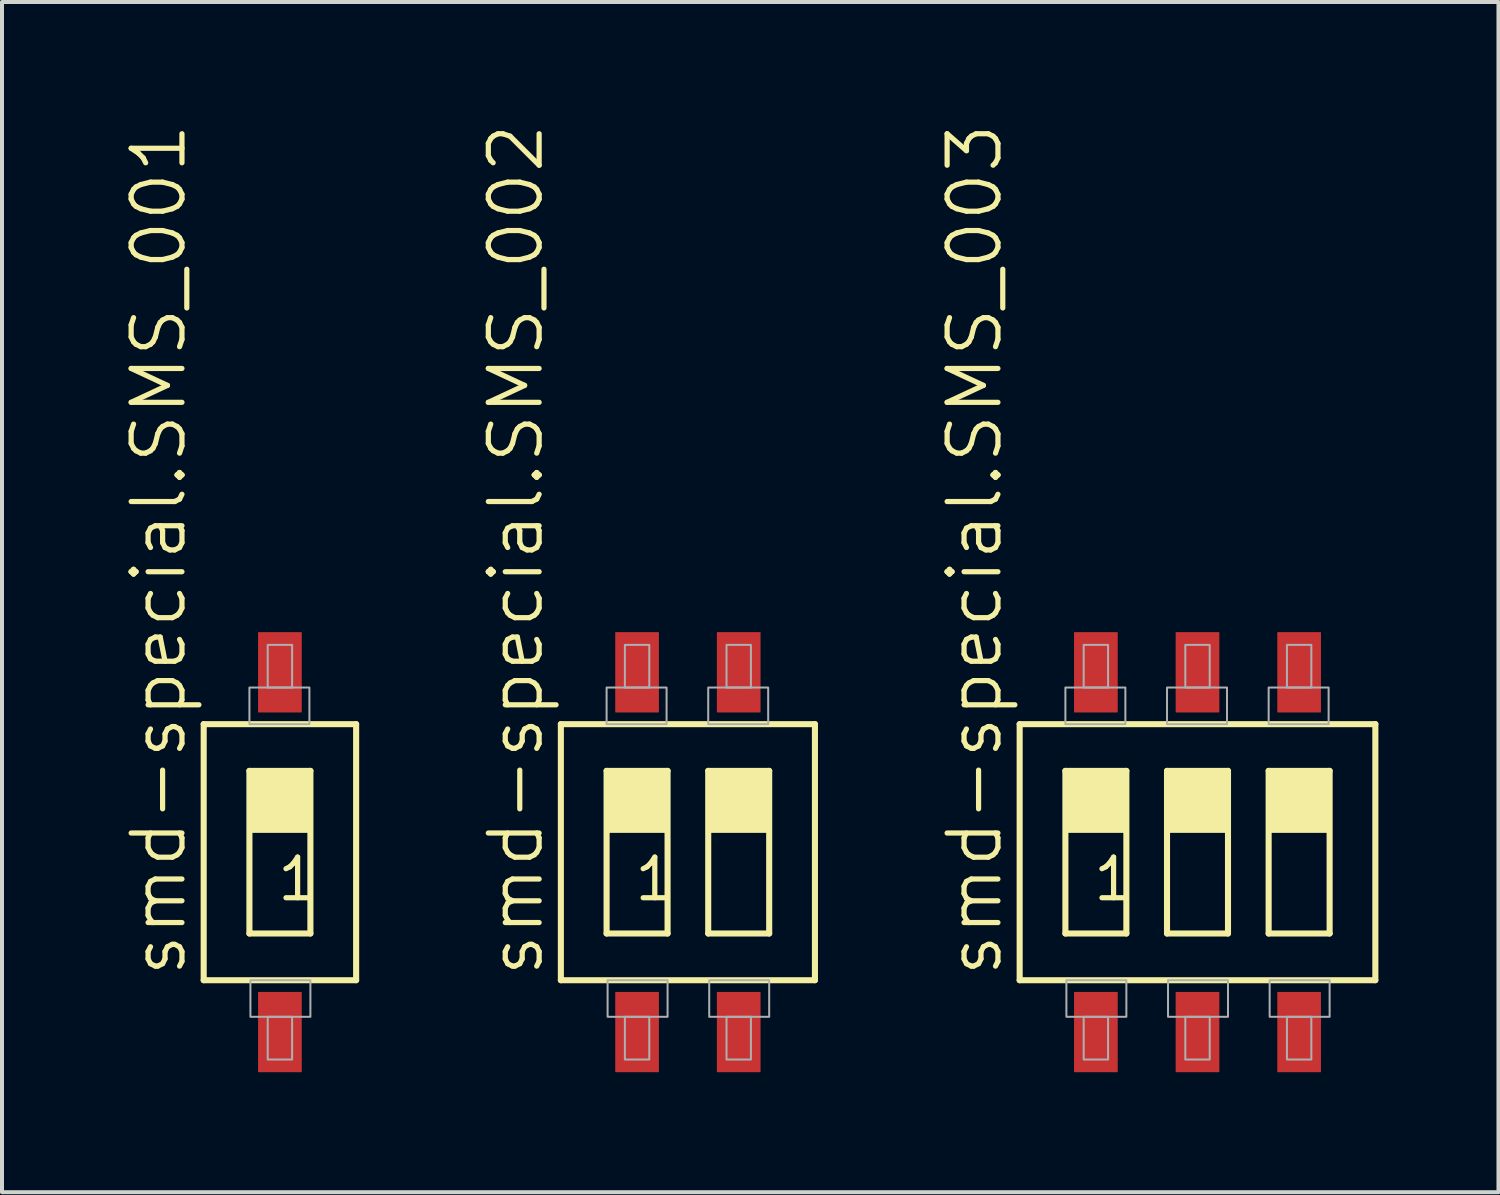
<source format=kicad_pcb>
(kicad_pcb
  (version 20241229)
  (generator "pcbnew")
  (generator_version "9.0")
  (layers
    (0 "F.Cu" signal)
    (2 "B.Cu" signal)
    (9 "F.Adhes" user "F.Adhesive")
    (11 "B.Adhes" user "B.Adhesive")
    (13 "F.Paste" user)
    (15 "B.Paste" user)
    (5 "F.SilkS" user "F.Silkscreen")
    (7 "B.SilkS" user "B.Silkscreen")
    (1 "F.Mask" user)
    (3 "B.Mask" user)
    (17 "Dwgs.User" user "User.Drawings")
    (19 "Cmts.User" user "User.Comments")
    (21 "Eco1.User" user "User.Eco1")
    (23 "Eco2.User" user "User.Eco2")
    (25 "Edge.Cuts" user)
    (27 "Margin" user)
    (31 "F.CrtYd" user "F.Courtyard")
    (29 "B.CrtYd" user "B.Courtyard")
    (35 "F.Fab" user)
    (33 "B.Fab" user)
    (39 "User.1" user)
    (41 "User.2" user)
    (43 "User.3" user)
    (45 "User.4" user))
  (footprint "smd-special.SMS_002"
    (layer "F.Cu")
    (at 14.143 18.249)
    (property "Reference" "smd-special.SMS_002" (at -3.556 3.175 90) (layer "F.SilkS") (effects (font (size 1.27 1.27) (thickness 0.13)) (justify left bottom)))
    (attr smd)
    (fp_line (start -3.175 3.2) (end -3.175 -3.2) (stroke (width 0.152) (type default)) (layer "F.SilkS"))
    (fp_line (start -3.175 3.2) (end 3.175 3.2) (stroke (width 0.152) (type default)) (layer "F.SilkS"))
    (fp_line (start -2.032 -2.032) (end -0.508 -2.032) (stroke (width 0.152) (type default)) (layer "F.SilkS"))
    (fp_line (start -2.032 2.032) (end -2.032 -2.032) (stroke (width 0.152) (type default)) (layer "F.SilkS"))
    (fp_line (start -0.508 -2.032) (end -0.508 2.032) (stroke (width 0.152) (type default)) (layer "F.SilkS"))
    (fp_line (start -0.508 2.032) (end -2.032 2.032) (stroke (width 0.152) (type default)) (layer "F.SilkS"))
    (fp_line (start 0.508 -2.032) (end 2.032 -2.032) (stroke (width 0.152) (type default)) (layer "F.SilkS"))
    (fp_line (start 0.508 2.032) (end 0.508 -2.032) (stroke (width 0.152) (type default)) (layer "F.SilkS"))
    (fp_line (start 2.032 -2.032) (end 2.032 2.032) (stroke (width 0.152) (type default)) (layer "F.SilkS"))
    (fp_line (start 2.032 2.032) (end 0.508 2.032) (stroke (width 0.152) (type default)) (layer "F.SilkS"))
    (fp_line (start 3.175 -3.2) (end -3.175 -3.2) (stroke (width 0.152) (type default)) (layer "F.SilkS"))
    (fp_line (start 3.175 -3.2) (end 3.175 3.2) (stroke (width 0.152) (type default)) (layer "F.SilkS"))
    (fp_rect (start -2.032 -0.508) (end -0.508 -2.032) (stroke (width 0.05) (type default)) (fill yes) (layer "F.SilkS"))
    (fp_rect (start 0.508 -0.508) (end 2.032 -2.032) (stroke (width 0.05) (type default)) (fill yes) (layer "F.SilkS"))
    (fp_rect (start -2.032 -3.2) (end -0.533 -4.115) (stroke (width 0.05) (type default)) (fill no) (layer "F.Fab"))
    (fp_rect (start -2.007 4.115) (end -0.508 3.2) (stroke (width 0.05) (type default)) (fill no) (layer "F.Fab"))
    (fp_rect (start -1.575 -4.115) (end -0.965 -5.182) (stroke (width 0.05) (type default)) (fill no) (layer "F.Fab"))
    (fp_rect (start -1.575 5.182) (end -0.965 4.115) (stroke (width 0.05) (type default)) (fill no) (layer "F.Fab"))
    (fp_rect (start 0.508 -3.2) (end 2.007 -4.115) (stroke (width 0.05) (type default)) (fill no) (layer "F.Fab"))
    (fp_rect (start 0.533 4.115) (end 2.032 3.2) (stroke (width 0.05) (type default)) (fill no) (layer "F.Fab"))
    (fp_rect (start 0.965 -4.115) (end 1.575 -5.182) (stroke (width 0.05) (type default)) (fill no) (layer "F.Fab"))
    (fp_rect (start 0.965 5.182) (end 1.575 4.115) (stroke (width 0.05) (type default)) (fill no) (layer "F.Fab"))
    (fp_text user "1" (at -1.397 1.27 0) (layer "F.SilkS") (effects (font (size 1.016 1.016) (thickness 0.13)) (justify left bottom)))
    (pad "1" smd roundrect (at -1.27 4.496) (size 1.092 2.007) (layers "F.Cu" "F.Mask" "F.Paste") (roundrect_rratio 0.01))
    (pad "2" smd roundrect (at 1.27 4.496) (size 1.092 2.007) (layers "F.Cu" "F.Mask" "F.Paste") (roundrect_rratio 0.01))
    (pad "3" smd roundrect (at 1.27 -4.496) (size 1.092 2.007) (layers "F.Cu" "F.Mask" "F.Paste") (roundrect_rratio 0.01))
    (pad "4" smd roundrect (at -1.27 -4.496) (size 1.092 2.007) (layers "F.Cu" "F.Mask" "F.Paste") (roundrect_rratio 0.01)))
  (footprint "smd-special.SMS_003"
    (layer "F.Cu")
    (at 26.88 18.249)
    (property "Reference" "smd-special.SMS_003" (at -4.826 3.175 90) (layer "F.SilkS") (effects (font (size 1.27 1.27) (thickness 0.13)) (justify left bottom)))
    (attr smd)
    (fp_line (start -4.445 3.2) (end -4.445 -3.2) (stroke (width 0.152) (type default)) (layer "F.SilkS"))
    (fp_line (start -4.445 3.2) (end 4.445 3.2) (stroke (width 0.152) (type default)) (layer "F.SilkS"))
    (fp_line (start -3.302 -2.032) (end -1.778 -2.032) (stroke (width 0.152) (type default)) (layer "F.SilkS"))
    (fp_line (start -3.302 2.032) (end -3.302 -2.032) (stroke (width 0.152) (type default)) (layer "F.SilkS"))
    (fp_line (start -1.778 -2.032) (end -1.778 2.032) (stroke (width 0.152) (type default)) (layer "F.SilkS"))
    (fp_line (start -1.778 2.032) (end -3.302 2.032) (stroke (width 0.152) (type default)) (layer "F.SilkS"))
    (fp_line (start -0.762 -2.032) (end 0.762 -2.032) (stroke (width 0.152) (type default)) (layer "F.SilkS"))
    (fp_line (start -0.762 2.032) (end -0.762 -2.032) (stroke (width 0.152) (type default)) (layer "F.SilkS"))
    (fp_line (start 0.762 -2.032) (end 0.762 2.032) (stroke (width 0.152) (type default)) (layer "F.SilkS"))
    (fp_line (start 0.762 2.032) (end -0.762 2.032) (stroke (width 0.152) (type default)) (layer "F.SilkS"))
    (fp_line (start 1.778 -2.032) (end 3.302 -2.032) (stroke (width 0.152) (type default)) (layer "F.SilkS"))
    (fp_line (start 1.778 2.032) (end 1.778 -2.032) (stroke (width 0.152) (type default)) (layer "F.SilkS"))
    (fp_line (start 3.302 -2.032) (end 3.302 2.032) (stroke (width 0.152) (type default)) (layer "F.SilkS"))
    (fp_line (start 3.302 2.032) (end 1.778 2.032) (stroke (width 0.152) (type default)) (layer "F.SilkS"))
    (fp_line (start 4.445 -3.2) (end -4.445 -3.2) (stroke (width 0.152) (type default)) (layer "F.SilkS"))
    (fp_line (start 4.445 -3.2) (end 4.445 3.2) (stroke (width 0.152) (type default)) (layer "F.SilkS"))
    (fp_rect (start -3.302 -0.508) (end -1.778 -2.032) (stroke (width 0.05) (type default)) (fill yes) (layer "F.SilkS"))
    (fp_rect (start -0.762 -0.508) (end 0.762 -2.032) (stroke (width 0.05) (type default)) (fill yes) (layer "F.SilkS"))
    (fp_rect (start 1.778 -0.508) (end 3.302 -2.032) (stroke (width 0.05) (type default)) (fill yes) (layer "F.SilkS"))
    (fp_rect (start -3.302 -3.2) (end -1.803 -4.115) (stroke (width 0.05) (type default)) (fill no) (layer "F.Fab"))
    (fp_rect (start -3.277 4.115) (end -1.778 3.2) (stroke (width 0.05) (type default)) (fill no) (layer "F.Fab"))
    (fp_rect (start -2.845 -4.115) (end -2.235 -5.182) (stroke (width 0.05) (type default)) (fill no) (layer "F.Fab"))
    (fp_rect (start -2.845 5.182) (end -2.235 4.115) (stroke (width 0.05) (type default)) (fill no) (layer "F.Fab"))
    (fp_rect (start -0.762 -3.2) (end 0.737 -4.115) (stroke (width 0.05) (type default)) (fill no) (layer "F.Fab"))
    (fp_rect (start -0.737 4.115) (end 0.762 3.2) (stroke (width 0.05) (type default)) (fill no) (layer "F.Fab"))
    (fp_rect (start -0.305 -4.115) (end 0.305 -5.182) (stroke (width 0.05) (type default)) (fill no) (layer "F.Fab"))
    (fp_rect (start -0.305 5.182) (end 0.305 4.115) (stroke (width 0.05) (type default)) (fill no) (layer "F.Fab"))
    (fp_rect (start 1.778 -3.2) (end 3.277 -4.115) (stroke (width 0.05) (type default)) (fill no) (layer "F.Fab"))
    (fp_rect (start 1.803 4.115) (end 3.302 3.2) (stroke (width 0.05) (type default)) (fill no) (layer "F.Fab"))
    (fp_rect (start 2.235 -4.115) (end 2.845 -5.182) (stroke (width 0.05) (type default)) (fill no) (layer "F.Fab"))
    (fp_rect (start 2.235 5.182) (end 2.845 4.115) (stroke (width 0.05) (type default)) (fill no) (layer "F.Fab"))
    (fp_text user "1" (at -2.667 1.27 0) (layer "F.SilkS") (effects (font (size 1.016 1.016) (thickness 0.13)) (justify left bottom)))
    (pad "1" smd roundrect (at -2.54 4.496) (size 1.092 2.007) (layers "F.Cu" "F.Mask" "F.Paste") (roundrect_rratio 0.01))
    (pad "2" smd roundrect (at 0 4.496) (size 1.092 2.007) (layers "F.Cu" "F.Mask" "F.Paste") (roundrect_rratio 0.01))
    (pad "3" smd roundrect (at 2.54 4.496) (size 1.092 2.007) (layers "F.Cu" "F.Mask" "F.Paste") (roundrect_rratio 0.01))
    (pad "4" smd roundrect (at 2.54 -4.496) (size 1.092 2.007) (layers "F.Cu" "F.Mask" "F.Paste") (roundrect_rratio 0.01))
    (pad "5" smd roundrect (at 0 -4.496) (size 1.092 2.007) (layers "F.Cu" "F.Mask" "F.Paste") (roundrect_rratio 0.01))
    (pad "6" smd roundrect (at -2.54 -4.496) (size 1.092 2.007) (layers "F.Cu" "F.Mask" "F.Paste") (roundrect_rratio 0.01)))
  (footprint "smd-special.SMS_001"
    (layer "F.Cu")
    (at 3.946 18.249)
    (property "Reference" "smd-special.SMS_001" (at -2.286 3.175 90) (layer "F.SilkS") (effects (font (size 1.27 1.27) (thickness 0.13)) (justify left bottom)))
    (attr smd)
    (fp_line (start -1.905 3.2) (end -1.905 -3.2) (stroke (width 0.152) (type default)) (layer "F.SilkS"))
    (fp_line (start -1.905 3.2) (end 1.905 3.2) (stroke (width 0.152) (type default)) (layer "F.SilkS"))
    (fp_line (start -0.762 -2.032) (end 0.762 -2.032) (stroke (width 0.152) (type default)) (layer "F.SilkS"))
    (fp_line (start -0.762 2.032) (end -0.762 -2.032) (stroke (width 0.152) (type default)) (layer "F.SilkS"))
    (fp_line (start 0.762 -2.032) (end 0.762 2.032) (stroke (width 0.152) (type default)) (layer "F.SilkS"))
    (fp_line (start 0.762 2.032) (end -0.762 2.032) (stroke (width 0.152) (type default)) (layer "F.SilkS"))
    (fp_line (start 1.905 -3.2) (end -1.905 -3.2) (stroke (width 0.152) (type default)) (layer "F.SilkS"))
    (fp_line (start 1.905 -3.2) (end 1.905 3.2) (stroke (width 0.152) (type default)) (layer "F.SilkS"))
    (fp_rect (start -0.762 -0.508) (end 0.762 -2.032) (stroke (width 0.05) (type default)) (fill yes) (layer "F.SilkS"))
    (fp_rect (start -0.762 -3.2) (end 0.737 -4.115) (stroke (width 0.05) (type default)) (fill no) (layer "F.Fab"))
    (fp_rect (start -0.737 4.115) (end 0.762 3.2) (stroke (width 0.05) (type default)) (fill no) (layer "F.Fab"))
    (fp_rect (start -0.305 -4.115) (end 0.305 -5.182) (stroke (width 0.05) (type default)) (fill no) (layer "F.Fab"))
    (fp_rect (start -0.305 5.182) (end 0.305 4.115) (stroke (width 0.05) (type default)) (fill no) (layer "F.Fab"))
    (fp_text user "1" (at -0.127 1.27 0) (layer "F.SilkS") (effects (font (size 1.016 1.016) (thickness 0.13)) (justify left bottom)))
    (pad "1" smd roundrect (at 0 4.496) (size 1.092 2.007) (layers "F.Cu" "F.Mask" "F.Paste") (roundrect_rratio 0.01))
    (pad "2" smd roundrect (at 0 -4.496) (size 1.092 2.007) (layers "F.Cu" "F.Mask" "F.Paste") (roundrect_rratio 0.01)))
  (gr_rect
    (start -3 -3)
    (end 34.402 26.748)
    (stroke (width 0.1) (type default))
    (fill no)
    (layer "Edge.Cuts")))
</source>
